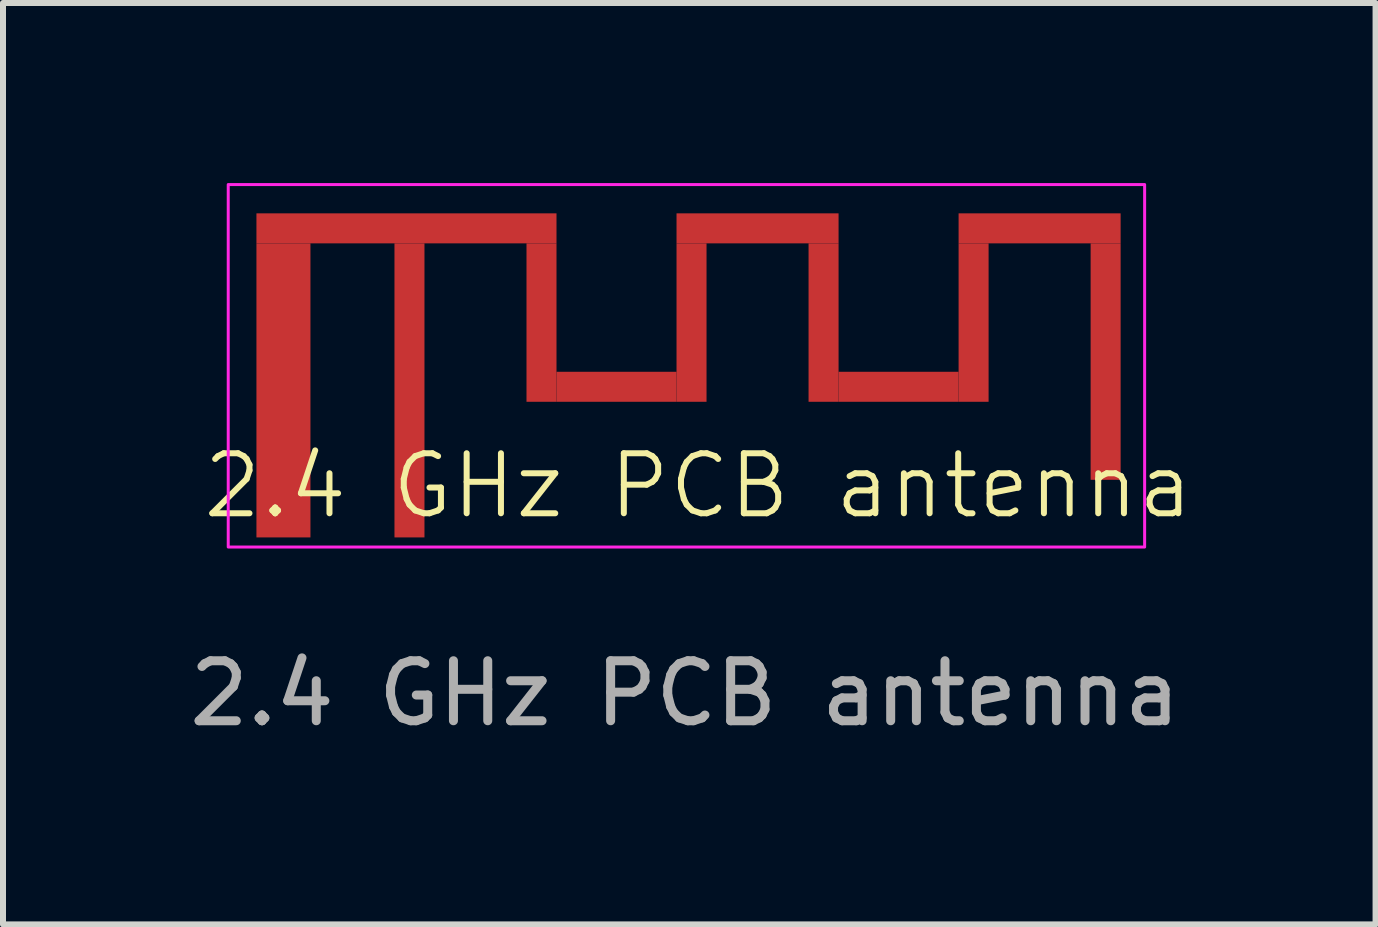
<source format=kicad_pcb>
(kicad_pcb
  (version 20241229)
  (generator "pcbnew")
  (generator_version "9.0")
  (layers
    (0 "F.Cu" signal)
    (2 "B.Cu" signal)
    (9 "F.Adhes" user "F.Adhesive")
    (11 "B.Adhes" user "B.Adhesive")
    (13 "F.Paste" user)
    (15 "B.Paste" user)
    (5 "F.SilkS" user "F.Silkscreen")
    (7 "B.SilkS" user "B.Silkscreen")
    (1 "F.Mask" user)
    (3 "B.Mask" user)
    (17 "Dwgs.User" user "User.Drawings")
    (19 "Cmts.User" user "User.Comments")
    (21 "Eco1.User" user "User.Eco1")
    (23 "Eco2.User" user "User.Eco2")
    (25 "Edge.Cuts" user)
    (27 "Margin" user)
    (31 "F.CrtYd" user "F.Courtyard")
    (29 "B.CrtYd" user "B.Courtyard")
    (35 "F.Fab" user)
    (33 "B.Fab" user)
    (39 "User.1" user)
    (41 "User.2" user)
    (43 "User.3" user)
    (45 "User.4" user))
  (footprint "2.4 GHz PCB antenna"
    (layer "F.Cu")
    (at 8.363 6.005)
    (property "Reference" "2.4 GHz PCB antenna" (at 0.22 -0.96 0) (unlocked yes) (layer "F.SilkS") (effects (font (size 1 1) (thickness 0.1))))
    (attr smd)
    (fp_rect (start -7.14 -5.5) (end -2.14 -5) (stroke (width 0) (type solid)) (fill yes) (layer "F.Cu"))
    (fp_rect (start -2.64 -5) (end -2.14 -2.36) (stroke (width 0) (type solid)) (fill yes) (layer "F.Cu"))
    (fp_rect (start -2.14 -2.86) (end -0.14 -2.36) (stroke (width 0) (type solid)) (fill yes) (layer "F.Cu"))
    (fp_rect (start -0.14 -5.5) (end 2.56 -5) (stroke (width 0) (type solid)) (fill yes) (layer "F.Cu"))
    (fp_rect (start -0.14 -5) (end 0.36 -2.36) (stroke (width 0) (type solid)) (fill yes) (layer "F.Cu"))
    (fp_rect (start 2.06 -5) (end 2.56 -2.36) (stroke (width 0) (type solid)) (fill yes) (layer "F.Cu"))
    (fp_rect (start 2.56 -2.86) (end 4.56 -2.36) (stroke (width 0) (type solid)) (fill yes) (layer "F.Cu"))
    (fp_rect (start 4.56 -5.5) (end 7.26 -5) (stroke (width 0) (type solid)) (fill yes) (layer "F.Cu"))
    (fp_rect (start 4.56 -5) (end 5.06 -2.36) (stroke (width 0) (type solid)) (fill yes) (layer "F.Cu"))
    (fp_rect (start 6.76 -5) (end 7.26 -1.06) (stroke (width 0) (type solid)) (fill yes) (layer "F.Cu"))
    (fp_rect (start -7.61 -5.98) (end 7.66 0.06) (stroke (width 0.05) (type default)) (fill no) (layer "F.CrtYd"))
    (fp_text user "${REFERENCE}" (at 0 2.5 0) (unlocked yes) (layer "F.Fab") (effects (font (size 1 1) (thickness 0.15))))
    (pad "1" smd rect (at -4.59 -2.55) (size 0.5 4.9) (layers "F.Cu" "F.Mask" "F.Paste"))
    (pad "2" smd rect (at -6.69 -2.55) (size 0.9 4.9) (layers "F.Cu" "F.Mask" "F.Paste")))
  (gr_rect
    (start -3 -3)
    (end 19.871 12.353)
    (stroke (width 0.1) (type default))
    (fill no)
    (layer "Edge.Cuts")))
</source>
